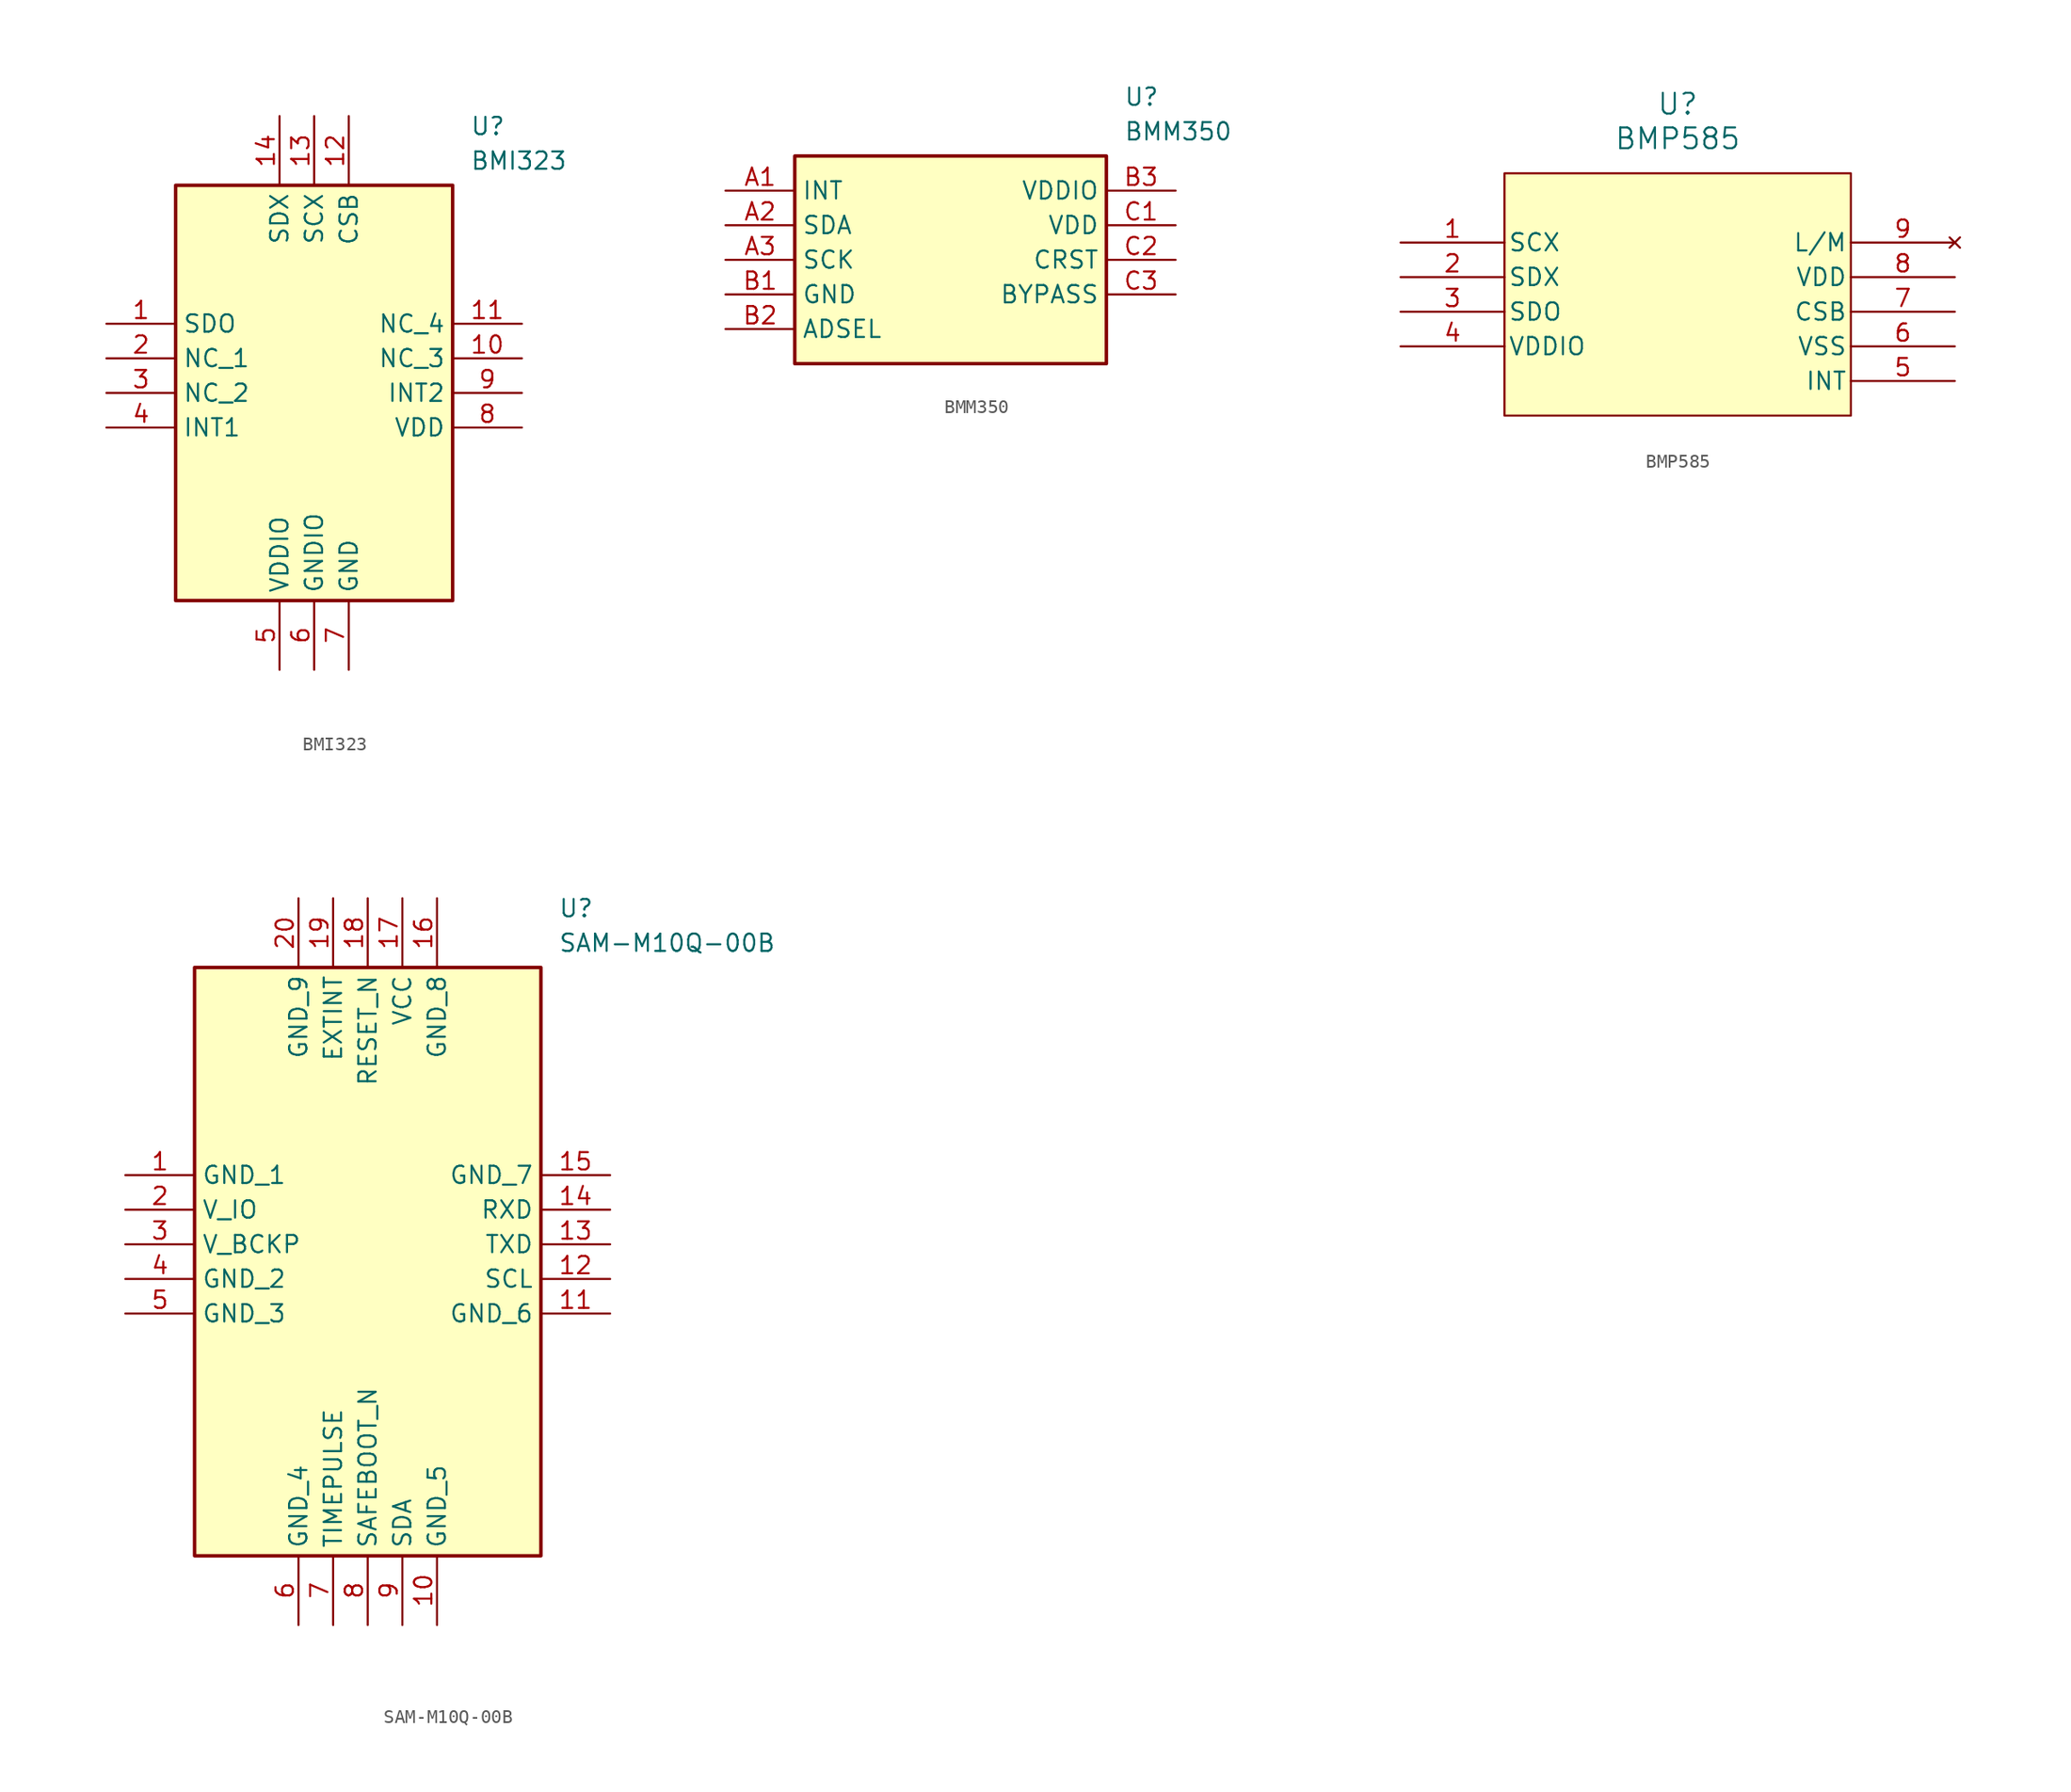
<source format=kicad_sym>
(kicad_symbol_lib
  (version 20220914)
  (generator kicad_symbol_editor)
  (symbol "BMI323"
    (property "Reference" "U"
      (at 26.67 15.24 0)
      (effects (font (size 1.27 1.27)) (justify left top)))
    (property "Value" "BMI323"
      (at 26.67 12.7 0)
      (effects (font (size 1.27 1.27)) (justify left top)))
    (symbol "BMI323_1_1"
      (rectangle (start 5.08 10.16) (end 25.4 -20.32) (stroke (width 0.254) (type default)) (fill (type background)))
      (pin passive line (at 0 0 0) (length 5.08) (name "SDO" (effects (font (size 1.27 1.27)))) (number "1" (effects (font (size 1.27 1.27)))))
      (pin passive line (at 30.48 -2.54 180) (length 5.08) (name "NC_3" (effects (font (size 1.27 1.27)))) (number "10" (effects (font (size 1.27 1.27)))))
      (pin passive line (at 30.48 0 180) (length 5.08) (name "NC_4" (effects (font (size 1.27 1.27)))) (number "11" (effects (font (size 1.27 1.27)))))
      (pin passive line (at 17.78 15.24 270) (length 5.08) (name "CSB" (effects (font (size 1.27 1.27)))) (number "12" (effects (font (size 1.27 1.27)))))
      (pin passive line (at 15.24 15.24 270) (length 5.08) (name "SCX" (effects (font (size 1.27 1.27)))) (number "13" (effects (font (size 1.27 1.27)))))
      (pin passive line (at 12.7 15.24 270) (length 5.08) (name "SDX" (effects (font (size 1.27 1.27)))) (number "14" (effects (font (size 1.27 1.27)))))
      (pin passive line (at 0 -2.54 0) (length 5.08) (name "NC_1" (effects (font (size 1.27 1.27)))) (number "2" (effects (font (size 1.27 1.27)))))
      (pin passive line (at 0 -5.08 0) (length 5.08) (name "NC_2" (effects (font (size 1.27 1.27)))) (number "3" (effects (font (size 1.27 1.27)))))
      (pin passive line (at 0 -7.62 0) (length 5.08) (name "INT1" (effects (font (size 1.27 1.27)))) (number "4" (effects (font (size 1.27 1.27)))))
      (pin passive line (at 12.7 -25.4 90) (length 5.08) (name "VDDIO" (effects (font (size 1.27 1.27)))) (number "5" (effects (font (size 1.27 1.27)))))
      (pin passive line (at 15.24 -25.4 90) (length 5.08) (name "GNDIO" (effects (font (size 1.27 1.27)))) (number "6" (effects (font (size 1.27 1.27)))))
      (pin passive line (at 17.78 -25.4 90) (length 5.08) (name "GND" (effects (font (size 1.27 1.27)))) (number "7" (effects (font (size 1.27 1.27)))))
      (pin passive line (at 30.48 -7.62 180) (length 5.08) (name "VDD" (effects (font (size 1.27 1.27)))) (number "8" (effects (font (size 1.27 1.27)))))
      (pin passive line (at 30.48 -5.08 180) (length 5.08) (name "INT2" (effects (font (size 1.27 1.27)))) (number "9" (effects (font (size 1.27 1.27)))))))
  (symbol "BMM350"
    (property "Reference" "U"
      (at 29.21 7.62 0)
      (effects (font (size 1.27 1.27)) (justify left top)))
    (property "Value" "BMM350"
      (at 29.21 5.08 0)
      (effects (font (size 1.27 1.27)) (justify left top)))
    (symbol "BMM350_1_1"
      (rectangle (start 5.08 2.54) (end 27.94 -12.7) (stroke (width 0.254) (type default)) (fill (type background)))
      (pin passive line (at 0 0 0) (length 5.08) (name "INT" (effects (font (size 1.27 1.27)))) (number "A1" (effects (font (size 1.27 1.27)))))
      (pin passive line (at 0 -2.54 0) (length 5.08) (name "SDA" (effects (font (size 1.27 1.27)))) (number "A2" (effects (font (size 1.27 1.27)))))
      (pin passive line (at 0 -5.08 0) (length 5.08) (name "SCK" (effects (font (size 1.27 1.27)))) (number "A3" (effects (font (size 1.27 1.27)))))
      (pin passive line (at 0 -7.62 0) (length 5.08) (name "GND" (effects (font (size 1.27 1.27)))) (number "B1" (effects (font (size 1.27 1.27)))))
      (pin passive line (at 0 -10.16 0) (length 5.08) (name "ADSEL" (effects (font (size 1.27 1.27)))) (number "B2" (effects (font (size 1.27 1.27)))))
      (pin passive line (at 33.02 0 180) (length 5.08) (name "VDDIO" (effects (font (size 1.27 1.27)))) (number "B3" (effects (font (size 1.27 1.27)))))
      (pin passive line (at 33.02 -2.54 180) (length 5.08) (name "VDD" (effects (font (size 1.27 1.27)))) (number "C1" (effects (font (size 1.27 1.27)))))
      (pin passive line (at 33.02 -5.08 180) (length 5.08) (name "CRST" (effects (font (size 1.27 1.27)))) (number "C2" (effects (font (size 1.27 1.27)))))
      (pin passive line (at 33.02 -7.62 180) (length 5.08) (name "BYPASS" (effects (font (size 1.27 1.27)))) (number "C3" (effects (font (size 1.27 1.27)))))))
  (symbol "BMP585"
    (pin_names
      (offset 0.254))
    (property "Reference" "U"
      (at 20.32 10.16 0)
      (effects (font (size 1.524 1.524))))
    (property "Value" "BMP585"
      (at 20.32 7.62 0)
      (effects (font (size 1.524 1.524))))
    (symbol "BMP585_0_1"
      (pin input line (at 0 0 0) (length 7.62) (name "SCX" (effects (font (size 1.27 1.27)))) (number "1" (effects (font (size 1.27 1.27)))))
      (pin bidirectional line (at 0 -2.54 0) (length 7.62) (name "SDX" (effects (font (size 1.27 1.27)))) (number "2" (effects (font (size 1.27 1.27)))))
      (pin bidirectional line (at 0 -5.08 0) (length 7.62) (name "SDO" (effects (font (size 1.27 1.27)))) (number "3" (effects (font (size 1.27 1.27)))))
      (pin power_in line (at 0 -7.62 0) (length 7.62) (name "VDDIO" (effects (font (size 1.27 1.27)))) (number "4" (effects (font (size 1.27 1.27)))))
      (pin output line (at 40.64 -10.16 180) (length 7.62) (name "INT" (effects (font (size 1.27 1.27)))) (number "5" (effects (font (size 1.27 1.27)))))
      (pin power_out line (at 40.64 -7.62 180) (length 7.62) (name "VSS" (effects (font (size 1.27 1.27)))) (number "6" (effects (font (size 1.27 1.27)))))
      (pin input line (at 40.64 -5.08 180) (length 7.62) (name "CSB" (effects (font (size 1.27 1.27)))) (number "7" (effects (font (size 1.27 1.27)))))
      (pin power_in line (at 40.64 -2.54 180) (length 7.62) (name "VDD" (effects (font (size 1.27 1.27)))) (number "8" (effects (font (size 1.27 1.27)))))
      (pin no_connect line (at 40.64 0 180) (length 7.62) (name "L/M" (effects (font (size 1.27 1.27)))) (number "9" (effects (font (size 1.27 1.27))))))
    (symbol "BMP585_1_1"
      (rectangle (start 7.62 5.08) (end 33.02 -12.7) (stroke (width 0) (type default)) (fill (type background)))))
  (symbol "SAM-M10Q-00B"
    (property "Reference" "U"
      (at 31.75 20.32 0)
      (effects (font (size 1.27 1.27)) (justify left top)))
    (property "Value" "SAM-M10Q-00B"
      (at 31.75 17.78 0)
      (effects (font (size 1.27 1.27)) (justify left top)))
    (symbol "SAM-M10Q-00B_1_1"
      (rectangle (start 5.08 15.24) (end 30.48 -27.94) (stroke (width 0.254) (type default)) (fill (type background)))
      (pin passive line (at 0 0 0) (length 5.08) (name "GND_1" (effects (font (size 1.27 1.27)))) (number "1" (effects (font (size 1.27 1.27)))))
      (pin passive line (at 22.86 -33.02 90) (length 5.08) (name "GND_5" (effects (font (size 1.27 1.27)))) (number "10" (effects (font (size 1.27 1.27)))))
      (pin passive line (at 35.56 -10.16 180) (length 5.08) (name "GND_6" (effects (font (size 1.27 1.27)))) (number "11" (effects (font (size 1.27 1.27)))))
      (pin passive line (at 35.56 -7.62 180) (length 5.08) (name "SCL" (effects (font (size 1.27 1.27)))) (number "12" (effects (font (size 1.27 1.27)))))
      (pin passive line (at 35.56 -5.08 180) (length 5.08) (name "TXD" (effects (font (size 1.27 1.27)))) (number "13" (effects (font (size 1.27 1.27)))))
      (pin passive line (at 35.56 -2.54 180) (length 5.08) (name "RXD" (effects (font (size 1.27 1.27)))) (number "14" (effects (font (size 1.27 1.27)))))
      (pin passive line (at 35.56 0 180) (length 5.08) (name "GND_7" (effects (font (size 1.27 1.27)))) (number "15" (effects (font (size 1.27 1.27)))))
      (pin passive line (at 22.86 20.32 270) (length 5.08) (name "GND_8" (effects (font (size 1.27 1.27)))) (number "16" (effects (font (size 1.27 1.27)))))
      (pin passive line (at 20.32 20.32 270) (length 5.08) (name "VCC" (effects (font (size 1.27 1.27)))) (number "17" (effects (font (size 1.27 1.27)))))
      (pin passive line (at 17.78 20.32 270) (length 5.08) (name "RESET_N" (effects (font (size 1.27 1.27)))) (number "18" (effects (font (size 1.27 1.27)))))
      (pin passive line (at 15.24 20.32 270) (length 5.08) (name "EXTINT" (effects (font (size 1.27 1.27)))) (number "19" (effects (font (size 1.27 1.27)))))
      (pin passive line (at 0 -2.54 0) (length 5.08) (name "V_IO" (effects (font (size 1.27 1.27)))) (number "2" (effects (font (size 1.27 1.27)))))
      (pin passive line (at 12.7 20.32 270) (length 5.08) (name "GND_9" (effects (font (size 1.27 1.27)))) (number "20" (effects (font (size 1.27 1.27)))))
      (pin passive line (at 0 -5.08 0) (length 5.08) (name "V_BCKP" (effects (font (size 1.27 1.27)))) (number "3" (effects (font (size 1.27 1.27)))))
      (pin passive line (at 0 -7.62 0) (length 5.08) (name "GND_2" (effects (font (size 1.27 1.27)))) (number "4" (effects (font (size 1.27 1.27)))))
      (pin passive line (at 0 -10.16 0) (length 5.08) (name "GND_3" (effects (font (size 1.27 1.27)))) (number "5" (effects (font (size 1.27 1.27)))))
      (pin passive line (at 12.7 -33.02 90) (length 5.08) (name "GND_4" (effects (font (size 1.27 1.27)))) (number "6" (effects (font (size 1.27 1.27)))))
      (pin passive line (at 15.24 -33.02 90) (length 5.08) (name "TIMEPULSE" (effects (font (size 1.27 1.27)))) (number "7" (effects (font (size 1.27 1.27)))))
      (pin passive line (at 17.78 -33.02 90) (length 5.08) (name "SAFEBOOT_N" (effects (font (size 1.27 1.27)))) (number "8" (effects (font (size 1.27 1.27)))))
      (pin passive line (at 20.32 -33.02 90) (length 5.08) (name "SDA" (effects (font (size 1.27 1.27)))) (number "9" (effects (font (size 1.27 1.27))))))))
</source>
